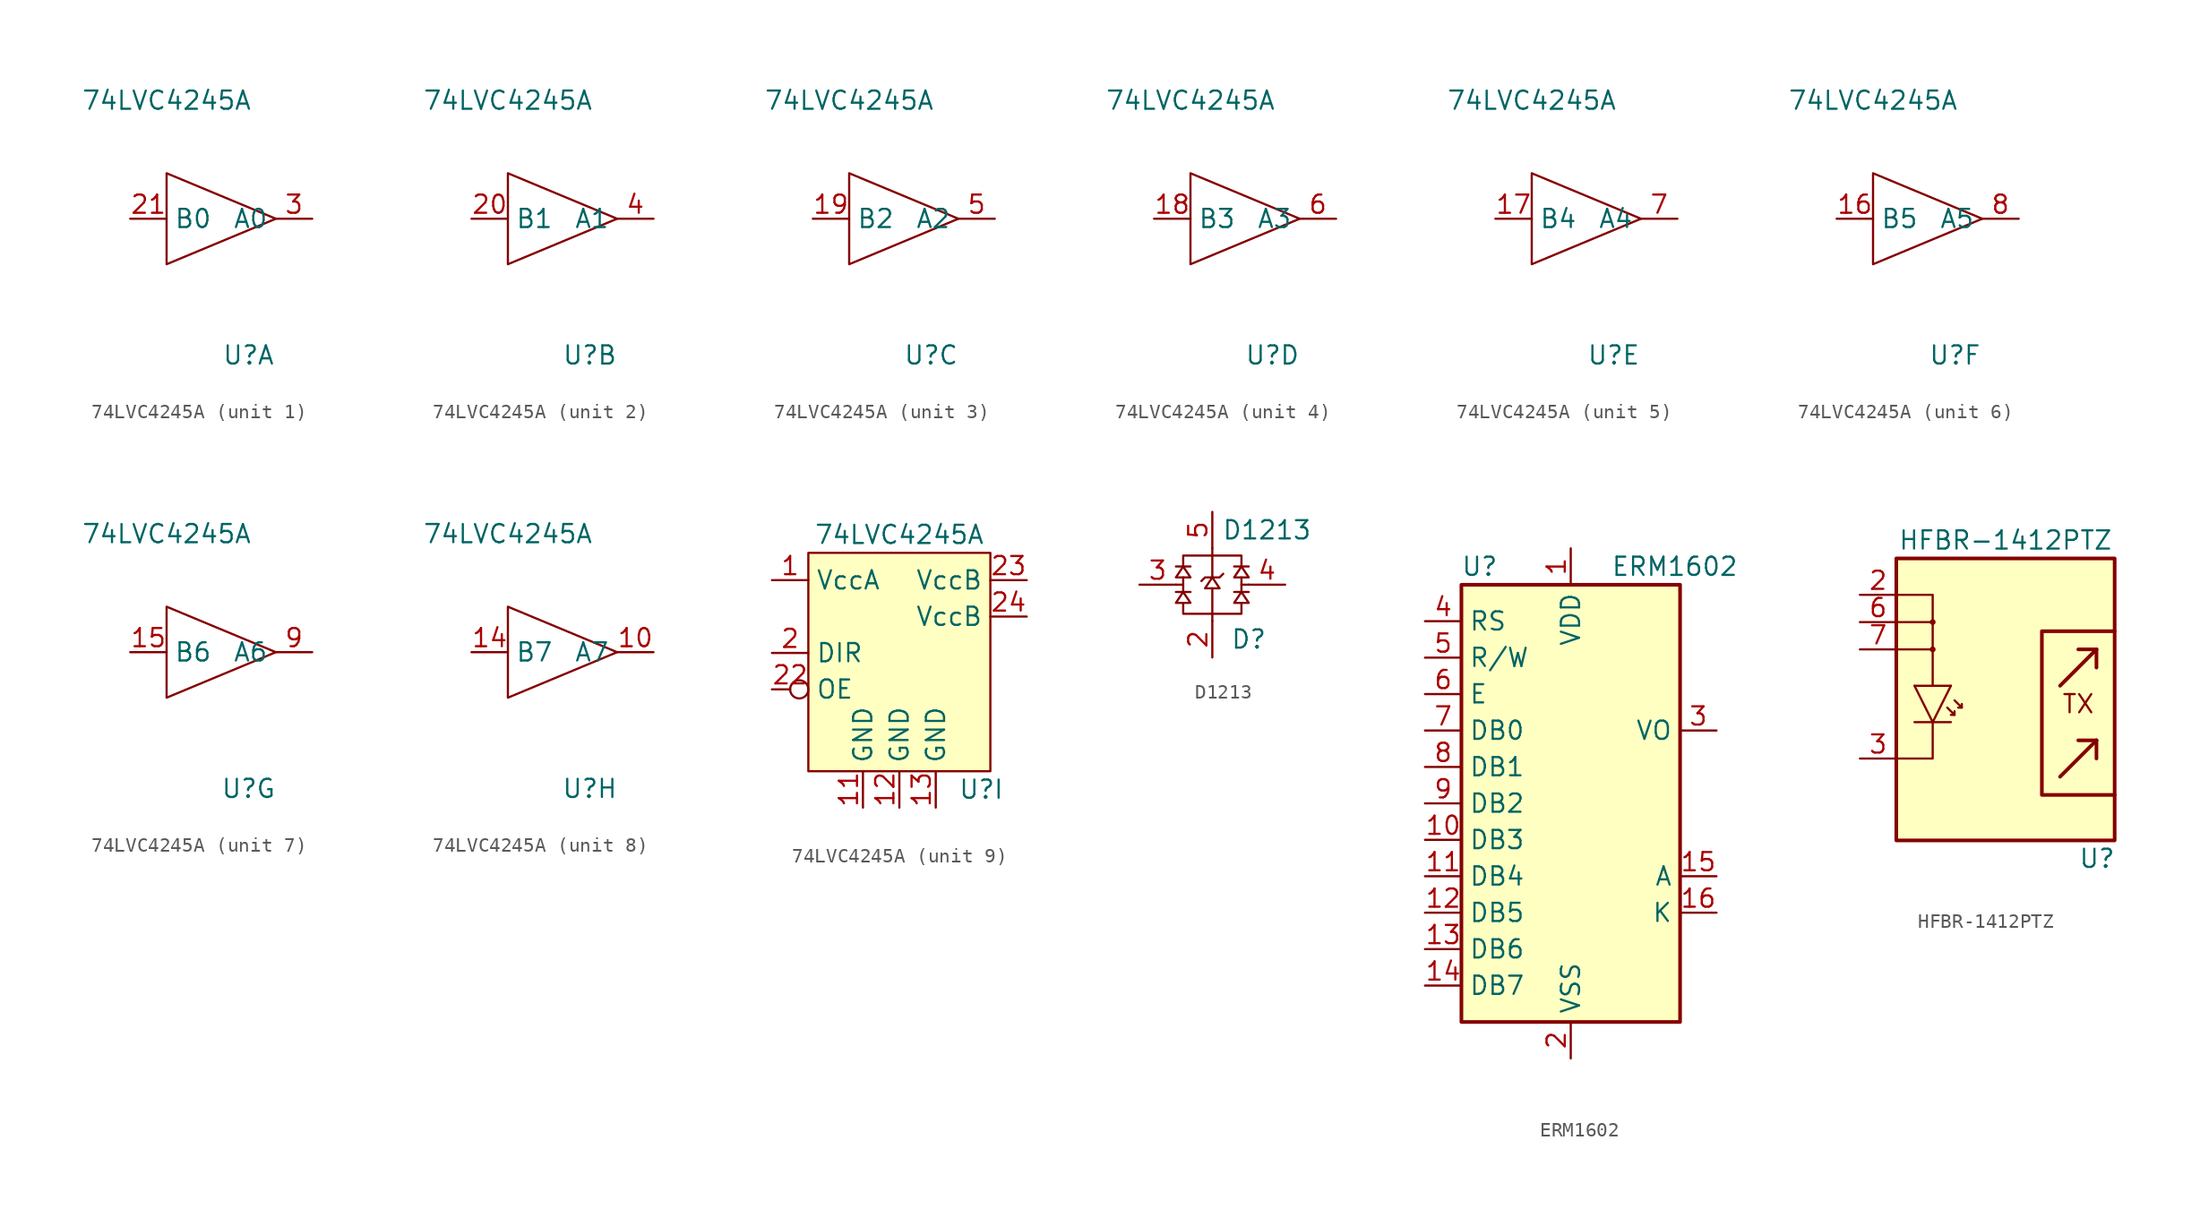
<source format=kicad_sym>
(kicad_symbol_lib
  (version 20211014)
  (generator kicad_symbol_editor)
  (symbol "74LVC4245A"
    (property "Reference" "U"
      (at 5.715 -9.525 0)
      (effects (font (size 1.27 1.27))))
    (property "Value" "74LVC4245A"
      (at 0 8.255 0)
      (effects (font (size 1.27 1.27))))
    (property "ki_locked" ""
      (at 0 0 0)
      (effects (font (size 1.27 1.27))))
    (symbol "74LVC4245A_1_1"
      (polyline (pts (xy 0 3.175) (xy 0 -3.175) (xy 7.62 0) (xy 0 3.175)) (stroke (width 0) (type default) (color 0 0 0 0)) (fill (type none)))
      (pin input line (at -2.54 0 0) (length 2.54) (name "B0" (effects (font (size 1.27 1.27)))) (number "21" (effects (font (size 1.27 1.27)))))
      (pin output line (at 10.16 0 180) (length 2.54) (name "A0" (effects (font (size 1.27 1.27)))) (number "3" (effects (font (size 1.27 1.27))))))
    (symbol "74LVC4245A_2_1"
      (polyline (pts (xy 0 3.175) (xy 0 -3.175) (xy 7.62 0) (xy 0 3.175)) (stroke (width 0) (type default) (color 0 0 0 0)) (fill (type none)))
      (pin input line (at -2.54 0 0) (length 2.54) (name "B1" (effects (font (size 1.27 1.27)))) (number "20" (effects (font (size 1.27 1.27)))))
      (pin output line (at 10.16 0 180) (length 2.54) (name "A1" (effects (font (size 1.27 1.27)))) (number "4" (effects (font (size 1.27 1.27))))))
    (symbol "74LVC4245A_3_1"
      (polyline (pts (xy 0 3.175) (xy 0 -3.175) (xy 7.62 0) (xy 0 3.175)) (stroke (width 0) (type default) (color 0 0 0 0)) (fill (type none)))
      (pin input line (at -2.54 0 0) (length 2.54) (name "B2" (effects (font (size 1.27 1.27)))) (number "19" (effects (font (size 1.27 1.27)))))
      (pin output line (at 10.16 0 180) (length 2.54) (name "A2" (effects (font (size 1.27 1.27)))) (number "5" (effects (font (size 1.27 1.27))))))
    (symbol "74LVC4245A_4_1"
      (polyline (pts (xy 0 3.175) (xy 0 -3.175) (xy 7.62 0) (xy 0 3.175)) (stroke (width 0) (type default) (color 0 0 0 0)) (fill (type none)))
      (pin input line (at -2.54 0 0) (length 2.54) (name "B3" (effects (font (size 1.27 1.27)))) (number "18" (effects (font (size 1.27 1.27)))))
      (pin output line (at 10.16 0 180) (length 2.54) (name "A3" (effects (font (size 1.27 1.27)))) (number "6" (effects (font (size 1.27 1.27))))))
    (symbol "74LVC4245A_5_1"
      (polyline (pts (xy 0 3.175) (xy 0 -3.175) (xy 7.62 0) (xy 0 3.175)) (stroke (width 0) (type default) (color 0 0 0 0)) (fill (type none)))
      (pin input line (at -2.54 0 0) (length 2.54) (name "B4" (effects (font (size 1.27 1.27)))) (number "17" (effects (font (size 1.27 1.27)))))
      (pin output line (at 10.16 0 180) (length 2.54) (name "A4" (effects (font (size 1.27 1.27)))) (number "7" (effects (font (size 1.27 1.27))))))
    (symbol "74LVC4245A_6_1"
      (polyline (pts (xy 0 3.175) (xy 0 -3.175) (xy 7.62 0) (xy 0 3.175)) (stroke (width 0) (type default) (color 0 0 0 0)) (fill (type none)))
      (pin input line (at -2.54 0 0) (length 2.54) (name "B5" (effects (font (size 1.27 1.27)))) (number "16" (effects (font (size 1.27 1.27)))))
      (pin output line (at 10.16 0 180) (length 2.54) (name "A5" (effects (font (size 1.27 1.27)))) (number "8" (effects (font (size 1.27 1.27))))))
    (symbol "74LVC4245A_7_1"
      (polyline (pts (xy 0 3.175) (xy 0 -3.175) (xy 7.62 0) (xy 0 3.175)) (stroke (width 0) (type default) (color 0 0 0 0)) (fill (type none)))
      (pin input line (at -2.54 0 0) (length 2.54) (name "B6" (effects (font (size 1.27 1.27)))) (number "15" (effects (font (size 1.27 1.27)))))
      (pin output line (at 10.16 0 180) (length 2.54) (name "A6" (effects (font (size 1.27 1.27)))) (number "9" (effects (font (size 1.27 1.27))))))
    (symbol "74LVC4245A_8_1"
      (polyline (pts (xy 0 3.175) (xy 0 -3.175) (xy 7.62 0) (xy 0 3.175)) (stroke (width 0) (type default) (color 0 0 0 0)) (fill (type none)))
      (pin output line (at 10.16 0 180) (length 2.54) (name "A7" (effects (font (size 1.27 1.27)))) (number "10" (effects (font (size 1.27 1.27)))))
      (pin input line (at -2.54 0 0) (length 2.54) (name "B7" (effects (font (size 1.27 1.27)))) (number "14" (effects (font (size 1.27 1.27))))))
    (symbol "74LVC4245A_9_1"
      (rectangle (start -6.35 6.985) (end 6.35 -8.255) (stroke (width 0) (type default) (color 0 0 0 0)) (fill (type background)))
      (pin power_in line (at -8.89 5.08 0) (length 2.54) (name "VccA" (effects (font (size 1.27 1.27)))) (number "1" (effects (font (size 1.27 1.27)))))
      (pin power_in line (at -2.54 -10.795 90) (length 2.54) (name "GND" (effects (font (size 1.27 1.27)))) (number "11" (effects (font (size 1.27 1.27)))))
      (pin power_in line (at 0 -10.795 90) (length 2.54) (name "GND" (effects (font (size 1.27 1.27)))) (number "12" (effects (font (size 1.27 1.27)))))
      (pin power_in line (at 2.54 -10.795 90) (length 2.54) (name "GND" (effects (font (size 1.27 1.27)))) (number "13" (effects (font (size 1.27 1.27)))))
      (pin input line (at -8.89 0 0) (length 2.54) (name "DIR" (effects (font (size 1.27 1.27)))) (number "2" (effects (font (size 1.27 1.27)))))
      (pin input inverted (at -8.89 -2.54 0) (length 2.54) (name "OE" (effects (font (size 1.27 1.27)))) (number "22" (effects (font (size 1.27 1.27)))))
      (pin power_in line (at 8.89 5.08 180) (length 2.54) (name "VccB" (effects (font (size 1.27 1.27)))) (number "23" (effects (font (size 1.27 1.27)))))
      (pin power_in line (at 8.89 2.54 180) (length 2.54) (name "VccB" (effects (font (size 1.27 1.27)))) (number "24" (effects (font (size 1.27 1.27)))))))
  (symbol "D1213"
    (pin_names
      (offset 1.016))
    (property "Reference" "D"
      (at 2.54 -3.81 0)
      (effects (font (size 1.27 1.27))))
    (property "Value" "D1213"
      (at 3.81 3.81 0)
      (effects (font (size 1.27 1.27))))
    (symbol "D1213_0_1"
      (polyline (pts (xy -2.54 0) (xy -2.032 0)) (stroke (width 0) (type default) (color 0 0 0 0)) (fill (type none)))
      (polyline (pts (xy -2.032 0.508) (xy -2.032 -0.508)) (stroke (width 0) (type default) (color 0 0 0 0)) (fill (type none)))
      (polyline (pts (xy -1.524 -0.508) (xy -2.54 -0.508)) (stroke (width 0) (type default) (color 0 0 0 0)) (fill (type none)))
      (polyline (pts (xy -1.524 1.27) (xy -2.54 1.27)) (stroke (width 0) (type default) (color 0 0 0 0)) (fill (type none)))
      (polyline (pts (xy 0 -2.54) (xy 0 -2.032)) (stroke (width 0) (type default) (color 0 0 0 0)) (fill (type none)))
      (polyline (pts (xy 0 -0.254) (xy 0 -2.032)) (stroke (width 0) (type default) (color 0 0 0 0)) (fill (type none)))
      (polyline (pts (xy 0 0.508) (xy 0 2.032)) (stroke (width 0) (type default) (color 0 0 0 0)) (fill (type none)))
      (polyline (pts (xy 0 2.54) (xy 0 2.032)) (stroke (width 0) (type default) (color 0 0 0 0)) (fill (type none)))
      (polyline (pts (xy 2.032 0.508) (xy 2.032 -0.508)) (stroke (width 0) (type default) (color 0 0 0 0)) (fill (type none)))
      (polyline (pts (xy 2.54 -0.508) (xy 1.524 -0.508)) (stroke (width 0) (type default) (color 0 0 0 0)) (fill (type none)))
      (polyline (pts (xy 2.54 0) (xy 2.032 0)) (stroke (width 0) (type default) (color 0 0 0 0)) (fill (type none)))
      (polyline (pts (xy 2.54 1.27) (xy 1.524 1.27)) (stroke (width 0) (type default) (color 0 0 0 0)) (fill (type none)))
      (polyline (pts (xy -2.032 -1.27) (xy -2.032 -2.032) (xy 2.032 -2.032) (xy 2.032 -1.27)) (stroke (width 0) (type default) (color 0 0 0 0)) (fill (type none)))
      (polyline (pts (xy -2.032 -0.508) (xy -1.524 -1.27) (xy -2.54 -1.27) (xy -2.032 -0.508)) (stroke (width 0) (type default) (color 0 0 0 0)) (fill (type none)))
      (polyline (pts (xy -2.032 1.27) (xy -1.524 0.508) (xy -2.54 0.508) (xy -2.032 1.27)) (stroke (width 0) (type default) (color 0 0 0 0)) (fill (type none)))
      (polyline (pts (xy 0 0.508) (xy 0.508 -0.254) (xy -0.508 -0.254) (xy 0 0.508)) (stroke (width 0) (type default) (color 0 0 0 0)) (fill (type none)))
      (polyline (pts (xy 0.762 0.762) (xy 0.508 0.508) (xy -0.508 0.508) (xy -0.762 0.254)) (stroke (width 0) (type default) (color 0 0 0 0)) (fill (type none)))
      (polyline (pts (xy 2.032 -0.508) (xy 2.54 -1.27) (xy 1.524 -1.27) (xy 2.032 -0.508)) (stroke (width 0) (type default) (color 0 0 0 0)) (fill (type none)))
      (polyline (pts (xy 2.032 1.27) (xy 2.032 2.032) (xy -2.032 2.032) (xy -2.032 1.27)) (stroke (width 0) (type default) (color 0 0 0 0)) (fill (type none)))
      (polyline (pts (xy 2.032 1.27) (xy 2.54 0.508) (xy 1.524 0.508) (xy 2.032 1.27)) (stroke (width 0) (type default) (color 0 0 0 0)) (fill (type none))))
    (symbol "D1213_1_1"
      (pin passive line (at 0 -5.08 90) (length 2.54) (name "~" (effects (font (size 1.27 1.27)))) (number "2" (effects (font (size 1.27 1.27)))))
      (pin passive line (at -5.08 0 0) (length 2.54) (name "~" (effects (font (size 1.27 1.27)))) (number "3" (effects (font (size 1.27 1.27)))))
      (pin passive line (at 5.08 0 180) (length 2.54) (name "~" (effects (font (size 1.27 1.27)))) (number "4" (effects (font (size 1.27 1.27)))))
      (pin passive line (at 0 5.08 270) (length 2.54) (name "~" (effects (font (size 1.27 1.27)))) (number "5" (effects (font (size 1.27 1.27)))))))
  (symbol "ERM1602"
    (property "Reference" "U"
      (at -6.35 16.51 0)
      (effects (font (size 1.27 1.27))))
    (property "Value" "ERM1602"
      (at 2.794 16.51 0)
      (effects (font (size 1.27 1.27)) (justify left)))
    (symbol "ERM1602_0_1"
      (rectangle (start -7.62 15.24) (end 7.62 -15.24) (stroke (width 0.254) (type default) (color 0 0 0 0)) (fill (type background))))
    (symbol "ERM1602_1_1"
      (pin power_in line (at 0 17.78 270) (length 2.54) (name "VDD" (effects (font (size 1.27 1.27)))) (number "1" (effects (font (size 1.27 1.27)))))
      (pin bidirectional line (at -10.16 -2.54 0) (length 2.54) (name "DB3" (effects (font (size 1.27 1.27)))) (number "10" (effects (font (size 1.27 1.27)))))
      (pin bidirectional line (at -10.16 -5.08 0) (length 2.54) (name "DB4" (effects (font (size 1.27 1.27)))) (number "11" (effects (font (size 1.27 1.27)))))
      (pin bidirectional line (at -10.16 -7.62 0) (length 2.54) (name "DB5" (effects (font (size 1.27 1.27)))) (number "12" (effects (font (size 1.27 1.27)))))
      (pin bidirectional line (at -10.16 -10.16 0) (length 2.54) (name "DB6" (effects (font (size 1.27 1.27)))) (number "13" (effects (font (size 1.27 1.27)))))
      (pin bidirectional line (at -10.16 -12.7 0) (length 2.54) (name "DB7" (effects (font (size 1.27 1.27)))) (number "14" (effects (font (size 1.27 1.27)))))
      (pin passive line (at 10.16 -5.08 180) (length 2.54) (name "A" (effects (font (size 1.27 1.27)))) (number "15" (effects (font (size 1.27 1.27)))))
      (pin passive line (at 10.16 -7.62 180) (length 2.54) (name "K" (effects (font (size 1.27 1.27)))) (number "16" (effects (font (size 1.27 1.27)))))
      (pin power_in line (at 0 -17.78 90) (length 2.54) (name "VSS" (effects (font (size 1.27 1.27)))) (number "2" (effects (font (size 1.27 1.27)))))
      (pin input line (at 10.16 5.08 180) (length 2.54) (name "VO" (effects (font (size 1.27 1.27)))) (number "3" (effects (font (size 1.27 1.27)))))
      (pin input line (at -10.16 12.7 0) (length 2.54) (name "RS" (effects (font (size 1.27 1.27)))) (number "4" (effects (font (size 1.27 1.27)))))
      (pin input line (at -10.16 10.16 0) (length 2.54) (name "R/W" (effects (font (size 1.27 1.27)))) (number "5" (effects (font (size 1.27 1.27)))))
      (pin input line (at -10.16 7.62 0) (length 2.54) (name "E" (effects (font (size 1.27 1.27)))) (number "6" (effects (font (size 1.27 1.27)))))
      (pin bidirectional line (at -10.16 5.08 0) (length 2.54) (name "DB0" (effects (font (size 1.27 1.27)))) (number "7" (effects (font (size 1.27 1.27)))))
      (pin bidirectional line (at -10.16 2.54 0) (length 2.54) (name "DB1" (effects (font (size 1.27 1.27)))) (number "8" (effects (font (size 1.27 1.27)))))
      (pin bidirectional line (at -10.16 0 0) (length 2.54) (name "DB2" (effects (font (size 1.27 1.27)))) (number "9" (effects (font (size 1.27 1.27)))))))
  (symbol "HFBR-1412PTZ"
    (property "Reference" "U"
      (at 5.08 -10.795 0)
      (effects (font (size 1.27 1.27)) (justify left)))
    (property "Value" "HFBR-1412PTZ"
      (at 0 11.43 0)
      (effects (font (size 1.27 1.27))))
    (symbol "HFBR-1412PTZ_0_0"
      (text "TX" (at 5.08 0 0) (effects (font (size 1.27 1.27)))))
    (symbol "HFBR-1412PTZ_0_1"
      (rectangle (start -7.62 10.16) (end 7.62 -9.525) (stroke (width 0.254) (type default) (color 0 0 0 0)) (fill (type background)))
      (circle (center -5.08 3.81) (radius 0.127) (stroke (width 0) (type default) (color 0 0 0 0)) (fill (type outline)))
      (circle (center -5.08 5.715) (radius 0.127) (stroke (width 0) (type default) (color 0 0 0 0)) (fill (type outline)))
      (polyline (pts (xy -3.81 -1.27) (xy -6.35 -1.27)) (stroke (width 0) (type default) (color 0 0 0 0)) (fill (type none)))
      (polyline (pts (xy -3.81 1.27) (xy -6.35 1.27)) (stroke (width 0) (type default) (color 0 0 0 0)) (fill (type none)))
      (polyline (pts (xy -3.556 -0.762) (xy -3.81 -0.762)) (stroke (width 0) (type default) (color 0 0 0 0)) (fill (type none)))
      (polyline (pts (xy -3.048 -0.254) (xy -3.302 -0.254)) (stroke (width 0) (type default) (color 0 0 0 0)) (fill (type none)))
      (polyline (pts (xy 6.35 -2.54) (xy 3.81 -5.08)) (stroke (width 0.254) (type default) (color 0 0 0 0)) (fill (type none)))
      (polyline (pts (xy 6.35 -2.54) (xy 5.08 -2.54)) (stroke (width 0.254) (type default) (color 0 0 0 0)) (fill (type none)))
      (polyline (pts (xy 6.35 -2.54) (xy 6.35 -3.81)) (stroke (width 0.254) (type default) (color 0 0 0 0)) (fill (type none)))
      (polyline (pts (xy 6.35 3.81) (xy 3.81 1.27)) (stroke (width 0.254) (type default) (color 0 0 0 0)) (fill (type none)))
      (polyline (pts (xy 6.35 3.81) (xy 5.08 3.81)) (stroke (width 0.254) (type default) (color 0 0 0 0)) (fill (type none)))
      (polyline (pts (xy 6.35 3.81) (xy 6.35 2.54)) (stroke (width 0.254) (type default) (color 0 0 0 0)) (fill (type none)))
      (polyline (pts (xy -7.62 3.81) (xy -5.08 3.81) (xy -5.08 1.27)) (stroke (width 0) (type default) (color 0 0 0 0)) (fill (type none)))
      (polyline (pts (xy -6.35 1.27) (xy -5.08 -1.27) (xy -3.81 1.27)) (stroke (width 0) (type default) (color 0 0 0 0)) (fill (type none)))
      (polyline (pts (xy -5.08 -1.27) (xy -5.08 -3.81) (xy -7.62 -3.81)) (stroke (width 0) (type default) (color 0 0 0 0)) (fill (type none)))
      (polyline (pts (xy -5.08 3.81) (xy -5.08 5.715) (xy -7.62 5.715)) (stroke (width 0) (type default) (color 0 0 0 0)) (fill (type none)))
      (polyline (pts (xy -5.08 5.715) (xy -5.08 7.62) (xy -7.62 7.62)) (stroke (width 0) (type default) (color 0 0 0 0)) (fill (type none)))
      (polyline (pts (xy -4.064 -0.254) (xy -3.556 -0.762) (xy -3.556 -0.508)) (stroke (width 0) (type default) (color 0 0 0 0)) (fill (type none)))
      (polyline (pts (xy -3.556 0.254) (xy -3.048 -0.254) (xy -3.048 0)) (stroke (width 0) (type default) (color 0 0 0 0)) (fill (type none)))
      (polyline (pts (xy 7.62 5.08) (xy 2.54 5.08) (xy 2.54 -1.27) (xy 2.54 -6.35) (xy 7.62 -6.35)) (stroke (width 0.254) (type default) (color 0 0 0 0)) (fill (type none))))
    (symbol "HFBR-1412PTZ_1_1"
      (pin passive line (at -10.16 7.62 0) (length 2.54) (name "" (effects (font (size 1.27 1.27)))) (number "2" (effects (font (size 1.27 1.27)))))
      (pin passive line (at -10.16 -3.81 0) (length 2.54) (name "" (effects (font (size 1.27 1.27)))) (number "3" (effects (font (size 1.27 1.27)))))
      (pin passive line (at -10.16 5.715 0) (length 2.54) (name "" (effects (font (size 1.27 1.27)))) (number "6" (effects (font (size 1.27 1.27)))))
      (pin passive line (at -10.16 3.81 0) (length 2.54) (name "" (effects (font (size 1.27 1.27)))) (number "7" (effects (font (size 1.27 1.27))))))))
</source>
